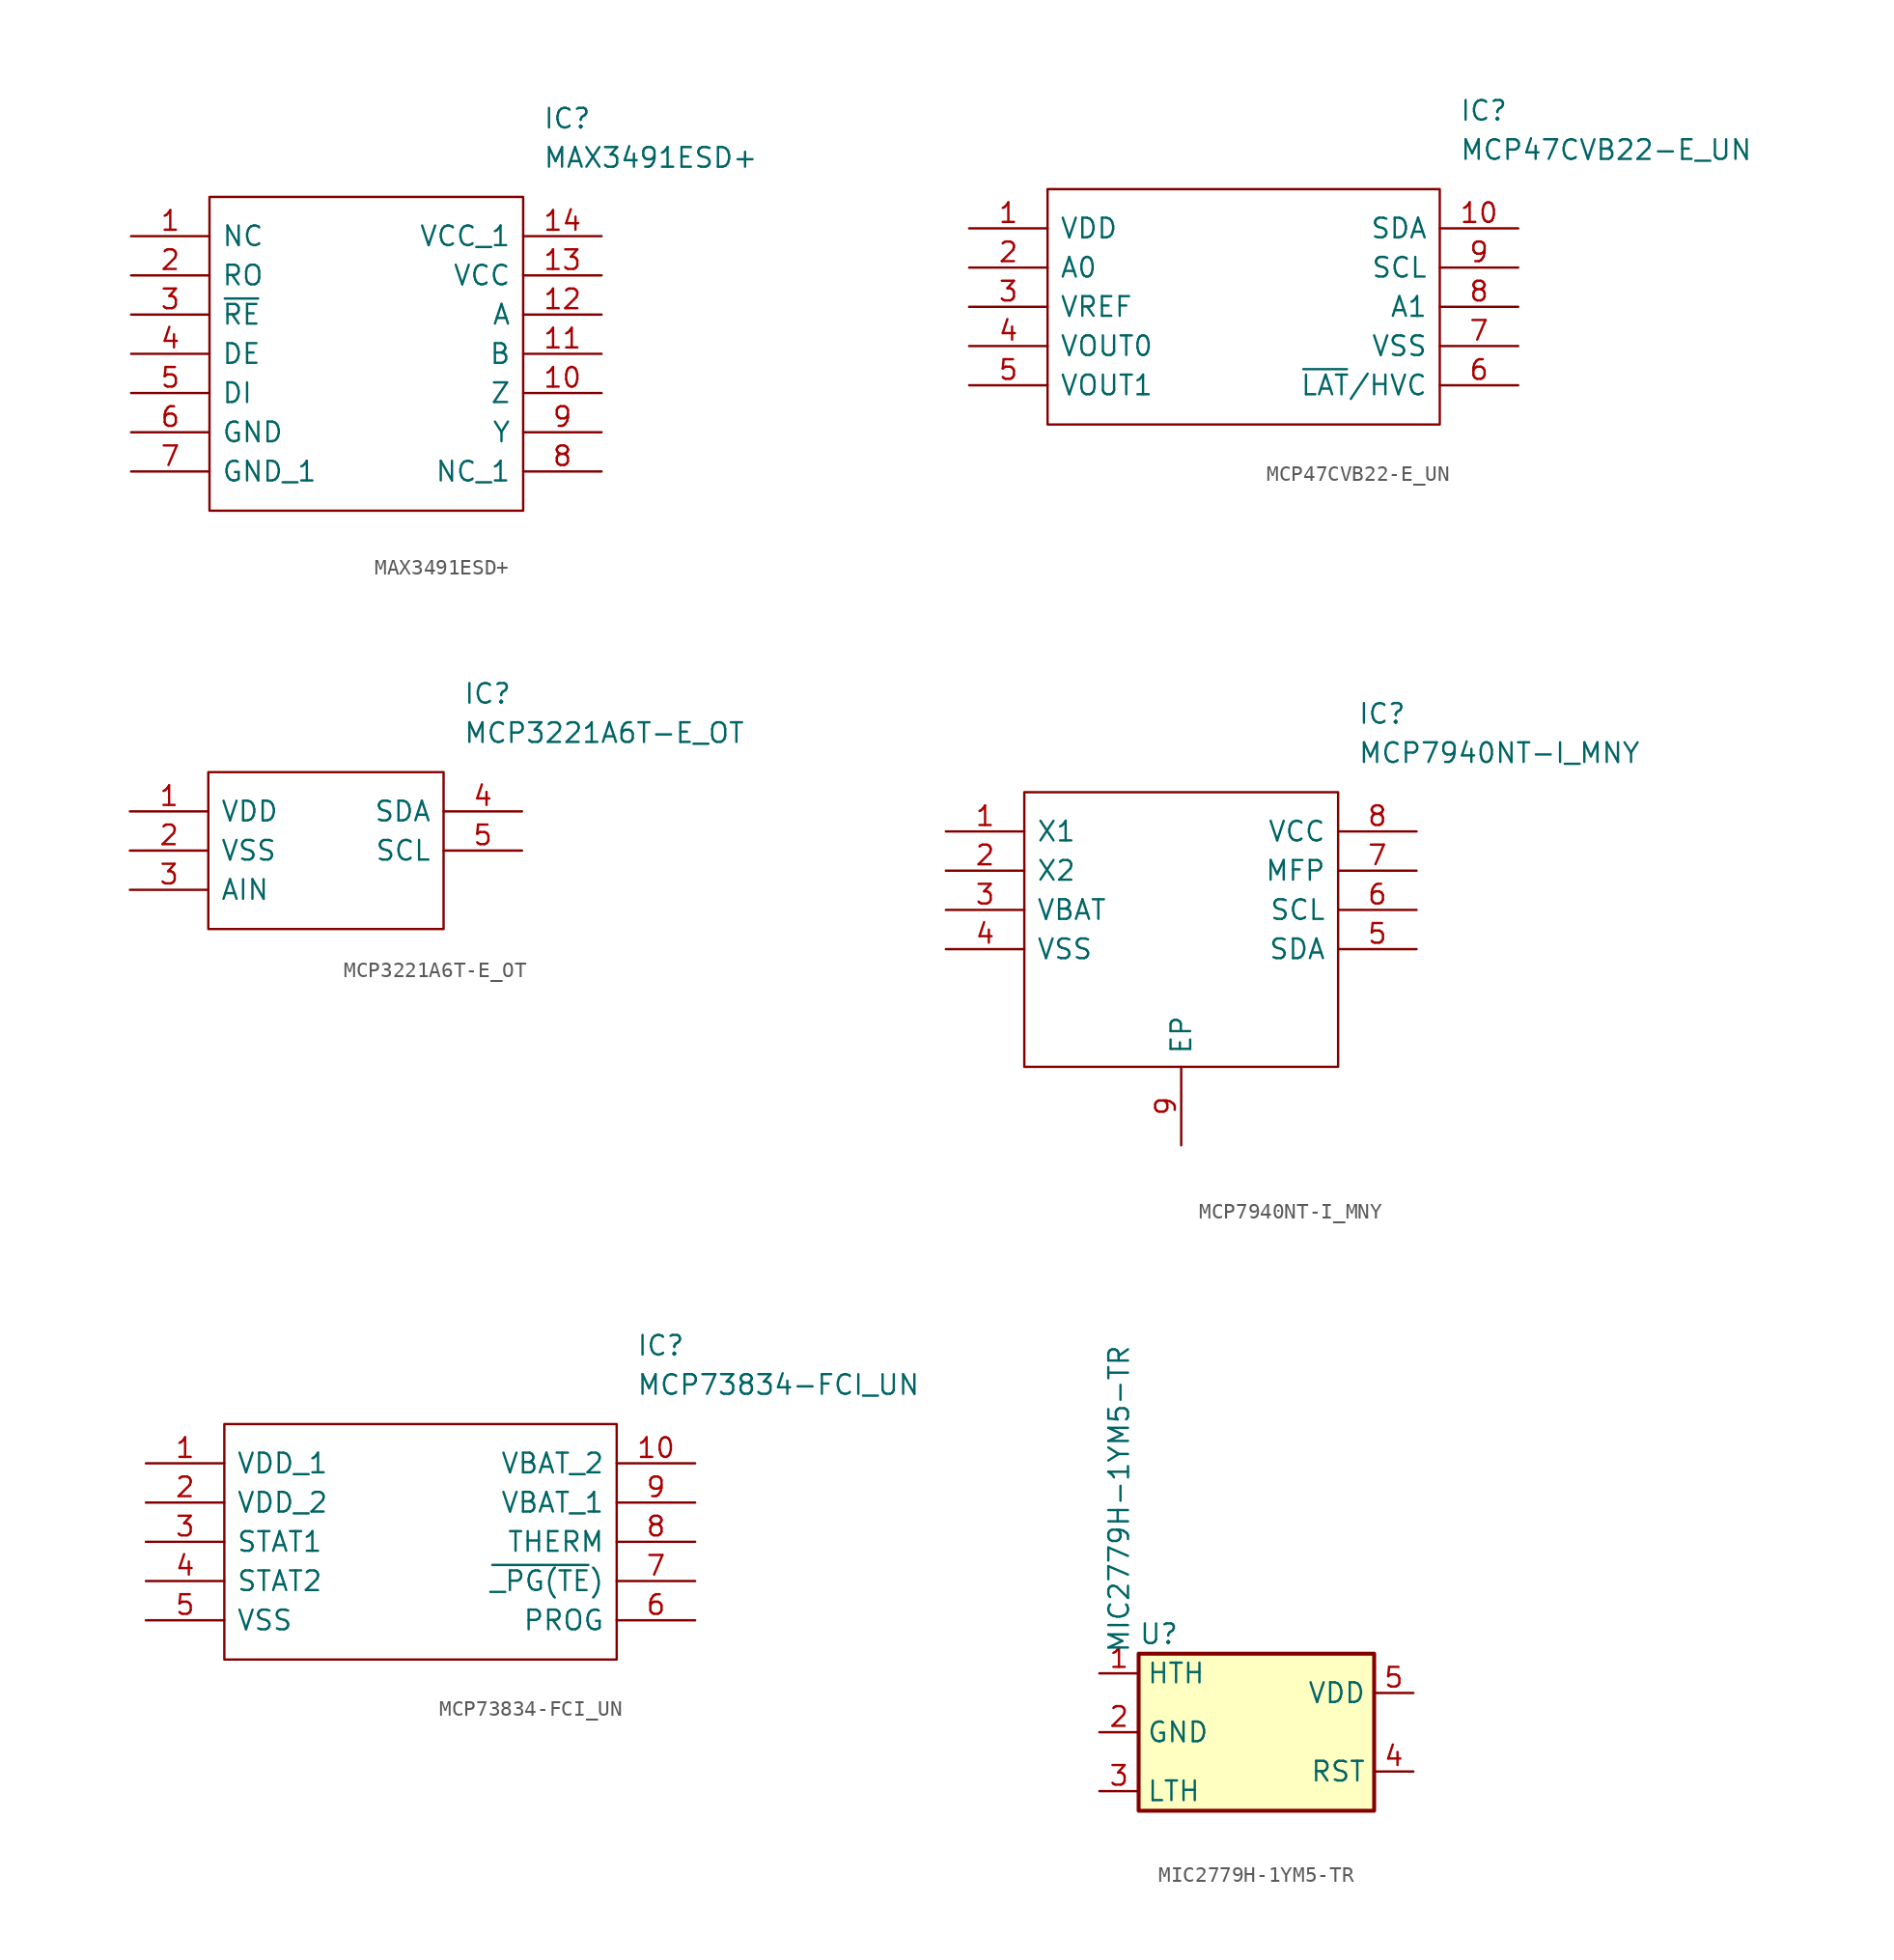
<source format=kicad_sym>
(kicad_symbol_lib
  (version 20211014)
  (generator kicad_symbol_editor)
  (symbol "MAX3491ESD+"
    (pin_names
      (offset 0.762))
    (property "Reference" "IC"
      (at 26.67 7.62 0)
      (effects (font (size 1.27 1.27)) (justify left)))
    (property "Value" "MAX3491ESD+"
      (at 26.67 5.08 0)
      (effects (font (size 1.27 1.27)) (justify left)))
    (symbol "MAX3491ESD+_0_0"
      (pin bidirectional line (at 0 0 0) (length 5.08) (name "NC" (effects (font (size 1.27 1.27)))) (number "1" (effects (font (size 1.27 1.27)))))
      (pin bidirectional line (at 30.48 -10.16 180) (length 5.08) (name "Z" (effects (font (size 1.27 1.27)))) (number "10" (effects (font (size 1.27 1.27)))))
      (pin bidirectional line (at 30.48 -7.62 180) (length 5.08) (name "B" (effects (font (size 1.27 1.27)))) (number "11" (effects (font (size 1.27 1.27)))))
      (pin bidirectional line (at 30.48 -5.08 180) (length 5.08) (name "A" (effects (font (size 1.27 1.27)))) (number "12" (effects (font (size 1.27 1.27)))))
      (pin bidirectional line (at 30.48 -2.54 180) (length 5.08) (name "VCC" (effects (font (size 1.27 1.27)))) (number "13" (effects (font (size 1.27 1.27)))))
      (pin bidirectional line (at 30.48 0 180) (length 5.08) (name "VCC_1" (effects (font (size 1.27 1.27)))) (number "14" (effects (font (size 1.27 1.27)))))
      (pin bidirectional line (at 0 -2.54 0) (length 5.08) (name "RO" (effects (font (size 1.27 1.27)))) (number "2" (effects (font (size 1.27 1.27)))))
      (pin bidirectional line (at 0 -5.08 0) (length 5.08) (name "~{RE}" (effects (font (size 1.27 1.27)))) (number "3" (effects (font (size 1.27 1.27)))))
      (pin bidirectional line (at 0 -7.62 0) (length 5.08) (name "DE" (effects (font (size 1.27 1.27)))) (number "4" (effects (font (size 1.27 1.27)))))
      (pin bidirectional line (at 0 -10.16 0) (length 5.08) (name "DI" (effects (font (size 1.27 1.27)))) (number "5" (effects (font (size 1.27 1.27)))))
      (pin bidirectional line (at 0 -12.7 0) (length 5.08) (name "GND" (effects (font (size 1.27 1.27)))) (number "6" (effects (font (size 1.27 1.27)))))
      (pin bidirectional line (at 0 -15.24 0) (length 5.08) (name "GND_1" (effects (font (size 1.27 1.27)))) (number "7" (effects (font (size 1.27 1.27)))))
      (pin bidirectional line (at 30.48 -15.24 180) (length 5.08) (name "NC_1" (effects (font (size 1.27 1.27)))) (number "8" (effects (font (size 1.27 1.27)))))
      (pin bidirectional line (at 30.48 -12.7 180) (length 5.08) (name "Y" (effects (font (size 1.27 1.27)))) (number "9" (effects (font (size 1.27 1.27))))))
    (symbol "MAX3491ESD+_0_1"
      (polyline (pts (xy 5.08 2.54) (xy 25.4 2.54) (xy 25.4 -17.78) (xy 5.08 -17.78) (xy 5.08 2.54)) (stroke (width 0.152) (type default) (color 0 0 0 0)) (fill (type none)))))
  (symbol "MCP47CVB22-E_UN"
    (pin_names
      (offset 0.762))
    (property "Reference" "IC"
      (at 31.75 7.62 0)
      (effects (font (size 1.27 1.27)) (justify left)))
    (property "Value" "MCP47CVB22-E_UN"
      (at 31.75 5.08 0)
      (effects (font (size 1.27 1.27)) (justify left)))
    (symbol "MCP47CVB22-E_UN_0_0"
      (pin bidirectional line (at 0 0 0) (length 5.08) (name "VDD" (effects (font (size 1.27 1.27)))) (number "1" (effects (font (size 1.27 1.27)))))
      (pin bidirectional line (at 35.56 0 180) (length 5.08) (name "SDA" (effects (font (size 1.27 1.27)))) (number "10" (effects (font (size 1.27 1.27)))))
      (pin bidirectional line (at 0 -2.54 0) (length 5.08) (name "A0" (effects (font (size 1.27 1.27)))) (number "2" (effects (font (size 1.27 1.27)))))
      (pin bidirectional line (at 0 -5.08 0) (length 5.08) (name "VREF" (effects (font (size 1.27 1.27)))) (number "3" (effects (font (size 1.27 1.27)))))
      (pin bidirectional line (at 0 -7.62 0) (length 5.08) (name "VOUT0" (effects (font (size 1.27 1.27)))) (number "4" (effects (font (size 1.27 1.27)))))
      (pin bidirectional line (at 0 -10.16 0) (length 5.08) (name "VOUT1" (effects (font (size 1.27 1.27)))) (number "5" (effects (font (size 1.27 1.27)))))
      (pin bidirectional line (at 35.56 -10.16 180) (length 5.08) (name "~{LAT}/HVC" (effects (font (size 1.27 1.27)))) (number "6" (effects (font (size 1.27 1.27)))))
      (pin bidirectional line (at 35.56 -7.62 180) (length 5.08) (name "VSS" (effects (font (size 1.27 1.27)))) (number "7" (effects (font (size 1.27 1.27)))))
      (pin bidirectional line (at 35.56 -5.08 180) (length 5.08) (name "A1" (effects (font (size 1.27 1.27)))) (number "8" (effects (font (size 1.27 1.27)))))
      (pin bidirectional line (at 35.56 -2.54 180) (length 5.08) (name "SCL" (effects (font (size 1.27 1.27)))) (number "9" (effects (font (size 1.27 1.27))))))
    (symbol "MCP47CVB22-E_UN_0_1"
      (polyline (pts (xy 5.08 2.54) (xy 30.48 2.54) (xy 30.48 -12.7) (xy 5.08 -12.7) (xy 5.08 2.54)) (stroke (width 0.152) (type default) (color 0 0 0 0)) (fill (type none)))))
  (symbol "MCP3221A6T-E_OT"
    (pin_names
      (offset 0.762))
    (property "Reference" "IC"
      (at 21.59 7.62 0)
      (effects (font (size 1.27 1.27)) (justify left)))
    (property "Value" "MCP3221A6T-E_OT"
      (at 21.59 5.08 0)
      (effects (font (size 1.27 1.27)) (justify left)))
    (symbol "MCP3221A6T-E_OT_0_0"
      (pin passive line (at 0 0 0) (length 5.08) (name "VDD" (effects (font (size 1.27 1.27)))) (number "1" (effects (font (size 1.27 1.27)))))
      (pin passive line (at 0 -2.54 0) (length 5.08) (name "VSS" (effects (font (size 1.27 1.27)))) (number "2" (effects (font (size 1.27 1.27)))))
      (pin passive line (at 0 -5.08 0) (length 5.08) (name "AIN" (effects (font (size 1.27 1.27)))) (number "3" (effects (font (size 1.27 1.27)))))
      (pin passive line (at 25.4 0 180) (length 5.08) (name "SDA" (effects (font (size 1.27 1.27)))) (number "4" (effects (font (size 1.27 1.27)))))
      (pin passive line (at 25.4 -2.54 180) (length 5.08) (name "SCL" (effects (font (size 1.27 1.27)))) (number "5" (effects (font (size 1.27 1.27))))))
    (symbol "MCP3221A6T-E_OT_0_1"
      (polyline (pts (xy 5.08 2.54) (xy 20.32 2.54) (xy 20.32 -7.62) (xy 5.08 -7.62) (xy 5.08 2.54)) (stroke (width 0.152) (type default) (color 0 0 0 0)) (fill (type none)))))
  (symbol "MCP7940NT-I_MNY"
    (pin_names
      (offset 0.762))
    (property "Reference" "IC"
      (at 26.67 7.62 0)
      (effects (font (size 1.27 1.27)) (justify left)))
    (property "Value" "MCP7940NT-I_MNY"
      (at 26.67 5.08 0)
      (effects (font (size 1.27 1.27)) (justify left)))
    (symbol "MCP7940NT-I_MNY_0_0"
      (pin passive line (at 0 0 0) (length 5.08) (name "X1" (effects (font (size 1.27 1.27)))) (number "1" (effects (font (size 1.27 1.27)))))
      (pin passive line (at 0 -2.54 0) (length 5.08) (name "X2" (effects (font (size 1.27 1.27)))) (number "2" (effects (font (size 1.27 1.27)))))
      (pin passive line (at 0 -5.08 0) (length 5.08) (name "VBAT" (effects (font (size 1.27 1.27)))) (number "3" (effects (font (size 1.27 1.27)))))
      (pin passive line (at 0 -7.62 0) (length 5.08) (name "VSS" (effects (font (size 1.27 1.27)))) (number "4" (effects (font (size 1.27 1.27)))))
      (pin passive line (at 30.48 -7.62 180) (length 5.08) (name "SDA" (effects (font (size 1.27 1.27)))) (number "5" (effects (font (size 1.27 1.27)))))
      (pin passive line (at 30.48 -5.08 180) (length 5.08) (name "SCL" (effects (font (size 1.27 1.27)))) (number "6" (effects (font (size 1.27 1.27)))))
      (pin passive line (at 30.48 -2.54 180) (length 5.08) (name "MFP" (effects (font (size 1.27 1.27)))) (number "7" (effects (font (size 1.27 1.27)))))
      (pin passive line (at 30.48 0 180) (length 5.08) (name "VCC" (effects (font (size 1.27 1.27)))) (number "8" (effects (font (size 1.27 1.27)))))
      (pin passive line (at 15.24 -20.32 90) (length 5.08) (name "EP" (effects (font (size 1.27 1.27)))) (number "9" (effects (font (size 1.27 1.27))))))
    (symbol "MCP7940NT-I_MNY_0_1"
      (polyline (pts (xy 5.08 2.54) (xy 25.4 2.54) (xy 25.4 -15.24) (xy 5.08 -15.24) (xy 5.08 2.54)) (stroke (width 0.152) (type default) (color 0 0 0 0)) (fill (type none)))))
  (symbol "MCP73834-FCI_UN"
    (pin_names
      (offset 0.762))
    (property "Reference" "IC"
      (at 31.75 7.62 0)
      (effects (font (size 1.27 1.27)) (justify left)))
    (property "Value" "MCP73834-FCI_UN"
      (at 31.75 5.08 0)
      (effects (font (size 1.27 1.27)) (justify left)))
    (symbol "MCP73834-FCI_UN_0_0"
      (pin unspecified line (at 0 0 0) (length 5.08) (name "VDD_1" (effects (font (size 1.27 1.27)))) (number "1" (effects (font (size 1.27 1.27)))))
      (pin unspecified line (at 35.56 0 180) (length 5.08) (name "VBAT_2" (effects (font (size 1.27 1.27)))) (number "10" (effects (font (size 1.27 1.27)))))
      (pin unspecified line (at 0 -2.54 0) (length 5.08) (name "VDD_2" (effects (font (size 1.27 1.27)))) (number "2" (effects (font (size 1.27 1.27)))))
      (pin unspecified line (at 0 -5.08 0) (length 5.08) (name "STAT1" (effects (font (size 1.27 1.27)))) (number "3" (effects (font (size 1.27 1.27)))))
      (pin unspecified line (at 0 -7.62 0) (length 5.08) (name "STAT2" (effects (font (size 1.27 1.27)))) (number "4" (effects (font (size 1.27 1.27)))))
      (pin unspecified line (at 0 -10.16 0) (length 5.08) (name "VSS" (effects (font (size 1.27 1.27)))) (number "5" (effects (font (size 1.27 1.27)))))
      (pin unspecified line (at 35.56 -10.16 180) (length 5.08) (name "PROG" (effects (font (size 1.27 1.27)))) (number "6" (effects (font (size 1.27 1.27)))))
      (pin unspecified line (at 35.56 -7.62 180) (length 5.08) (name "~{_PG(TE})" (effects (font (size 1.27 1.27)))) (number "7" (effects (font (size 1.27 1.27)))))
      (pin unspecified line (at 35.56 -5.08 180) (length 5.08) (name "THERM" (effects (font (size 1.27 1.27)))) (number "8" (effects (font (size 1.27 1.27)))))
      (pin unspecified line (at 35.56 -2.54 180) (length 5.08) (name "VBAT_1" (effects (font (size 1.27 1.27)))) (number "9" (effects (font (size 1.27 1.27))))))
    (symbol "MCP73834-FCI_UN_0_1"
      (polyline (pts (xy 5.08 2.54) (xy 30.48 2.54) (xy 30.48 -12.7) (xy 5.08 -12.7) (xy 5.08 2.54)) (stroke (width 0.152) (type default) (color 0 0 0 0)) (fill (type none)))))
  (symbol "MIC2779H-1YM5-TR"
    (property "Reference" "U"
      (at -7.62 6.35 0)
      (effects (font (size 1.27 1.27)) (justify left)))
    (property "Value" "MIC2779H-1YM5-TR"
      (at -8.89 5.08 90)
      (effects (font (size 1.27 1.27)) (justify left)))
    (symbol "MIC2779H-1YM5-TR_0_1"
      (rectangle (start -7.62 5.08) (end 7.62 -5.08) (stroke (width 0.254) (type default) (color 0 0 0 0)) (fill (type background))))
    (symbol "MIC2779H-1YM5-TR_1_1"
      (pin input line (at -10.16 3.81 0) (length 2.54) (name "HTH" (effects (font (size 1.27 1.27)))) (number "1" (effects (font (size 1.27 1.27)))))
      (pin power_in line (at -10.16 0 0) (length 2.54) (name "GND" (effects (font (size 1.27 1.27)))) (number "2" (effects (font (size 1.27 1.27)))))
      (pin input line (at -10.16 -3.81 0) (length 2.54) (name "LTH" (effects (font (size 1.27 1.27)))) (number "3" (effects (font (size 1.27 1.27)))))
      (pin input line (at 10.16 -2.54 180) (length 2.54) (name "RST" (effects (font (size 1.27 1.27)))) (number "4" (effects (font (size 1.27 1.27)))))
      (pin power_in line (at 10.16 2.54 180) (length 2.54) (name "VDD" (effects (font (size 1.27 1.27)))) (number "5" (effects (font (size 1.27 1.27))))))))
</source>
